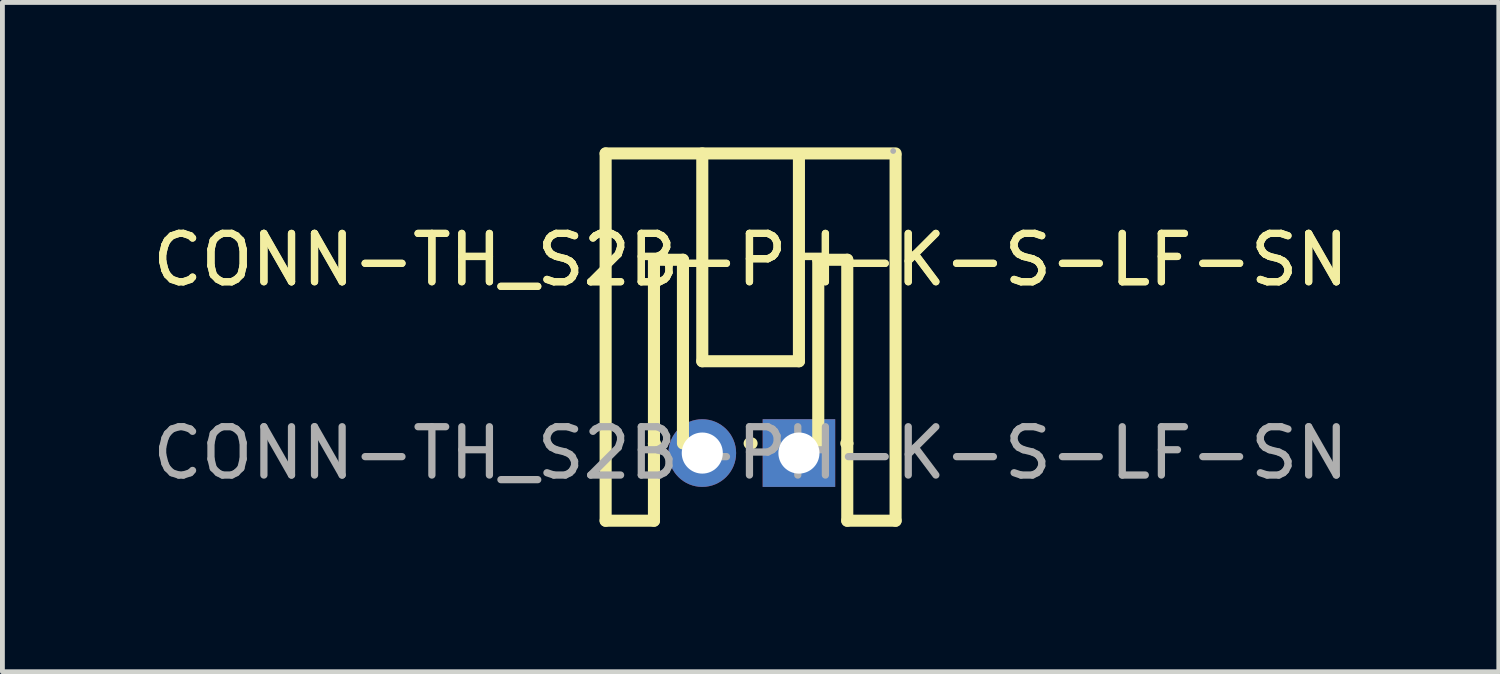
<source format=kicad_pcb>
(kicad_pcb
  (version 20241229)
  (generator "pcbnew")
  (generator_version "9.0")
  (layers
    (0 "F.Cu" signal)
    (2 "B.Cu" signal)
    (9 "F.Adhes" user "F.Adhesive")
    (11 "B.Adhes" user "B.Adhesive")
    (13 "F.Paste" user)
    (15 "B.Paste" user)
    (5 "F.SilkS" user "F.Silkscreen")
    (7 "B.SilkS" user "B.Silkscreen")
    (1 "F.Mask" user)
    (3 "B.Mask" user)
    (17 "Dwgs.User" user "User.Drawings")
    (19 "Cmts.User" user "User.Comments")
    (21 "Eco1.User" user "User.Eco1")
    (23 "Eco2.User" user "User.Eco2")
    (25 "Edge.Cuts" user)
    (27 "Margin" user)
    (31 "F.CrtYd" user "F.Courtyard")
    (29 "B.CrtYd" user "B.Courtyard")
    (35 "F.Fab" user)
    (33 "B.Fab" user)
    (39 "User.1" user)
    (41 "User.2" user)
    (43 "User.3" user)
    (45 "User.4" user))
  (footprint "CONN-TH_S2B-PH-K-S-LF-SN"
    (layer "F.Cu")
    (at 12.482 6.325)
    (property "Reference" "CONN-TH_S2B-PH-K-S-LF-SN" (at 0 -4 0) (layer "F.SilkS") (effects (font (size 1 1) (thickness 0.15))))
    (attr through_hole)
    (fp_line (start -3 -6.2) (end -3 1.4) (stroke (width 0.25) (type solid)) (layer "F.SilkS"))
    (fp_line (start -3 -6.2) (end 3 -6.2) (stroke (width 0.25) (type solid)) (layer "F.SilkS"))
    (fp_line (start -3 1.4) (end -2 1.4) (stroke (width 0.25) (type solid)) (layer "F.SilkS"))
    (fp_line (start -2 -4) (end -1.4 -4) (stroke (width 0.25) (type solid)) (layer "F.SilkS"))
    (fp_line (start -2 -0.2) (end -2 -4) (stroke (width 0.25) (type solid)) (layer "F.SilkS"))
    (fp_line (start -2 -0.2) (end -1.98 -0.2) (stroke (width 0.25) (type solid)) (layer "F.SilkS"))
    (fp_line (start -2 1.4) (end -2 -0.2) (stroke (width 0.25) (type solid)) (layer "F.SilkS"))
    (fp_line (start -1.4 -4) (end -1.4 -0.2) (stroke (width 0.25) (type solid)) (layer "F.SilkS"))
    (fp_line (start -1 -6.2) (end -1 -1.9) (stroke (width 0.25) (type solid)) (layer "F.SilkS"))
    (fp_line (start -1 -1.9) (end 1 -1.9) (stroke (width 0.25) (type solid)) (layer "F.SilkS"))
    (fp_line (start -0.02 -0.2) (end 0.02 -0.2) (stroke (width 0.25) (type solid)) (layer "F.SilkS"))
    (fp_line (start 1 -1.9) (end 1 -6.1) (stroke (width 0.25) (type solid)) (layer "F.SilkS"))
    (fp_line (start 1.4 -4) (end 2 -4) (stroke (width 0.25) (type solid)) (layer "F.SilkS"))
    (fp_line (start 1.4 -0.2) (end 1.4 -4) (stroke (width 0.25) (type solid)) (layer "F.SilkS"))
    (fp_line (start 1.98 -0.2) (end 2 -0.2) (stroke (width 0.25) (type solid)) (layer "F.SilkS"))
    (fp_line (start 2 -4) (end 2 -0.2) (stroke (width 0.25) (type solid)) (layer "F.SilkS"))
    (fp_line (start 2 1.4) (end 2 -0.2) (stroke (width 0.25) (type solid)) (layer "F.SilkS"))
    (fp_line (start 3 1.4) (end 2 1.4) (stroke (width 0.25) (type solid)) (layer "F.SilkS"))
    (fp_line (start 3 1.4) (end 3 -6.16) (stroke (width 0.25) (type solid)) (layer "F.SilkS"))
    (fp_circle (center 2.95 -6.25) (end 2.98 -6.25) (stroke (width 0.06) (type solid)) (fill no) (layer "F.Fab"))
    (fp_text user "${REFERENCE}" (at 0 -4 0) (layer "F.SilkS") (effects (font (size 1 1) (thickness 0.15))))
    (fp_text user "${REFERENCE}" (at 0 0 0) (layer "F.Fab") (effects (font (size 1 1) (thickness 0.15))))
    (pad "1" thru_hole rect (at 1 0) (size 1.5 1.4) (drill 0.85) (layers "*.Cu" "*.Mask"))
    (pad "2" thru_hole circle (at -1 0) (size 1.4 1.4) (drill 0.85) (layers "*.Cu" "*.Mask")))
  (gr_rect
    (start -3 -3)
    (end 27.964 10.85)
    (stroke (width 0.1) (type default))
    (fill no)
    (layer "Edge.Cuts")))
</source>
